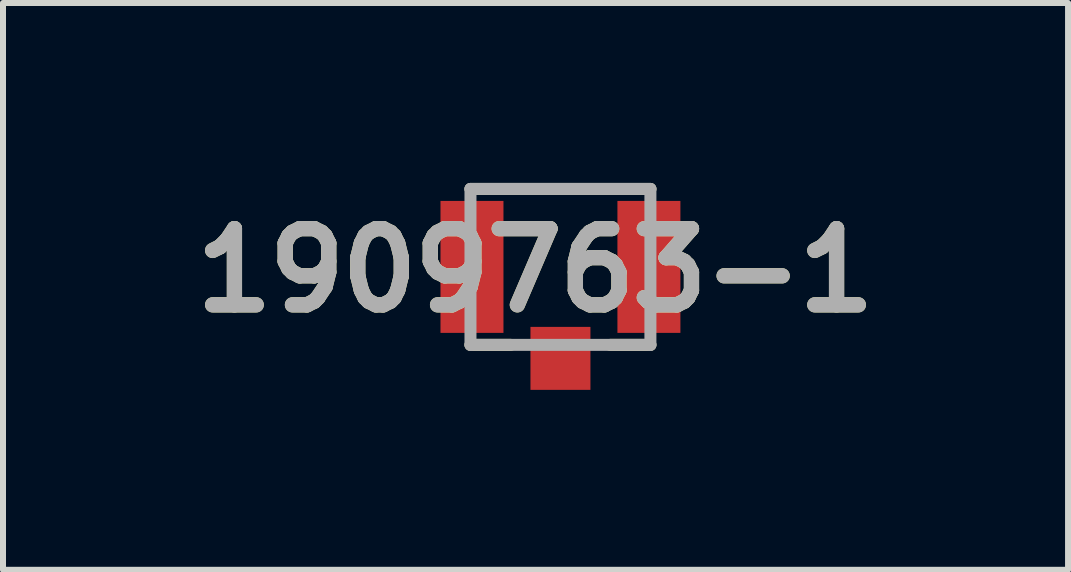
<source format=kicad_pcb>
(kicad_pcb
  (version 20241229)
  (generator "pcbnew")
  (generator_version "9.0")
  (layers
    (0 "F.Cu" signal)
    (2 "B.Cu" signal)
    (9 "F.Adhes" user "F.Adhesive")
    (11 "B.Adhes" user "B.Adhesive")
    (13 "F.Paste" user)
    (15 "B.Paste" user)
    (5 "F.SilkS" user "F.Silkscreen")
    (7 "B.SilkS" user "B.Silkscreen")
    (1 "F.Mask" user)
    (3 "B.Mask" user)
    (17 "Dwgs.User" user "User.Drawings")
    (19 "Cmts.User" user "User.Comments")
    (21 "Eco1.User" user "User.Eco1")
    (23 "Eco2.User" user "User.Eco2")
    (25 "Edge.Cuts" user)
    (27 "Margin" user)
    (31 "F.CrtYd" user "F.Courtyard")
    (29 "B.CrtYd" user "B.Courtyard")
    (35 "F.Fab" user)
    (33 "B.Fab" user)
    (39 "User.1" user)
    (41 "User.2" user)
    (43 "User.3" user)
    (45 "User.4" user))
  (footprint "1909763-1"
    (layer "F.Cu")
    (at 6.294 1.4)
    (property "Reference" "1909763-1" (at -0.416 0.058 0) (layer "F.SilkS") (effects (font (size 1.27 1.27) (thickness 0.254))))
    (attr smd)
    (fp_line (start -1.5 -1.3) (end 1.5 -1.3) (stroke (width 0.2) (type solid)) (layer "F.SilkS"))
    (fp_line (start -1.5 1.3) (end -0.83 1.3) (stroke (width 0.2) (type solid)) (layer "F.SilkS"))
    (fp_line (start 1.5 1.3) (end 0.83 1.3) (stroke (width 0.2) (type solid)) (layer "F.SilkS"))
    (fp_line (start -1.5 -1.3) (end 1.5 -1.3) (stroke (width 0.2) (type solid)) (layer "F.Fab"))
    (fp_line (start -1.5 1.3) (end -1.5 -1.3) (stroke (width 0.2) (type solid)) (layer "F.Fab"))
    (fp_line (start 1.5 -1.3) (end 1.5 1.3) (stroke (width 0.2) (type solid)) (layer "F.Fab"))
    (fp_line (start 1.5 1.3) (end -1.5 1.3) (stroke (width 0.2) (type solid)) (layer "F.Fab"))
    (fp_text user "${REFERENCE}" (at -0.416 0.058 0) (layer "F.Fab") (effects (font (size 1.27 1.27) (thickness 0.254))))
    (pad "1" smd rect (at -1.475 0) (size 1.05 2.2) (layers "F.Cu" "F.Mask" "F.Paste"))
    (pad "2" smd rect (at 0 1.525) (size 1 1.05) (layers "F.Cu" "F.Mask" "F.Paste"))
    (pad "3" smd rect (at 1.475 0) (size 1.05 2.2) (layers "F.Cu" "F.Mask" "F.Paste")))
  (gr_rect
    (start -3 -3)
    (end 14.757 6.45)
    (stroke (width 0.1) (type default))
    (fill no)
    (layer "Edge.Cuts")))
</source>
